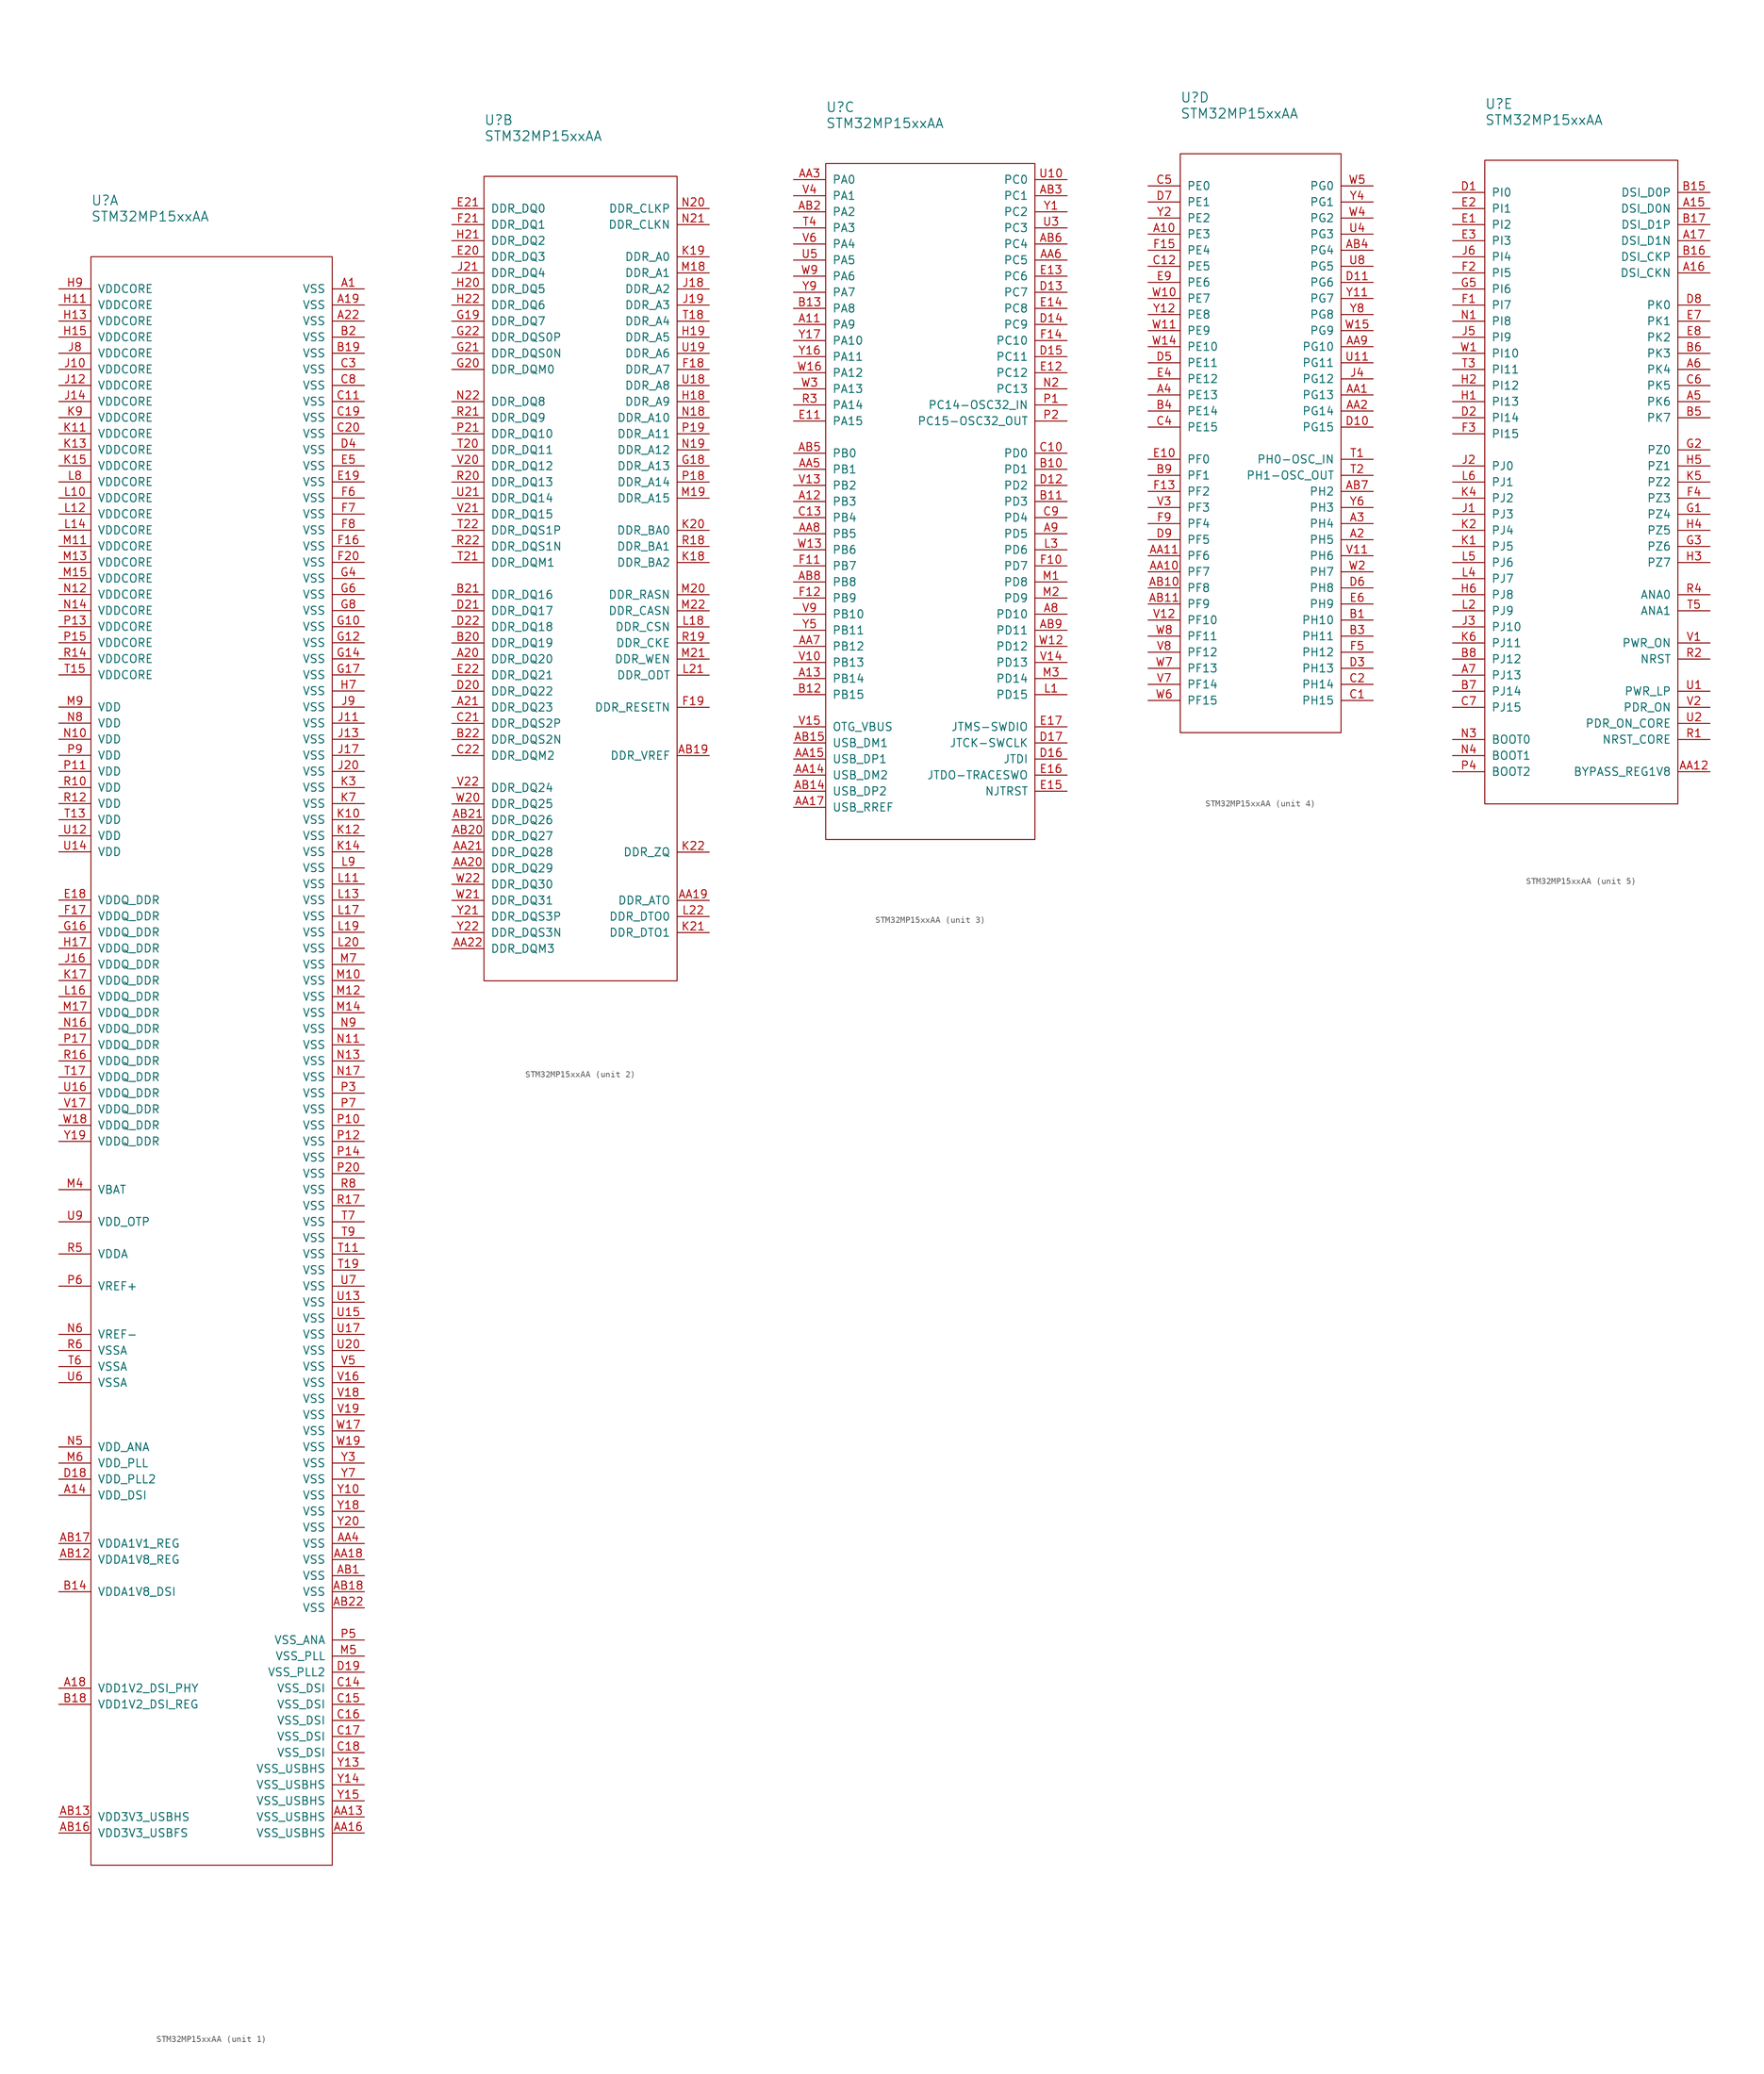
<source format=kicad_sym>
(kicad_symbol_lib
  (version 20211014)
  (generator kicad_symbol_editor)
  (symbol "STM32MP15xxAA"
    (pin_names
      (offset 1.016))
    (property "Reference" "U"
      (at 0 8.89 0)
      (effects (font (size 1.524 1.524)) (justify left)))
    (property "Value" "STM32MP15xxAA"
      (at 0 6.35 0)
      (effects (font (size 1.524 1.524)) (justify left)))
    (property "ki_locked" ""
      (at 0 0 0)
      (effects (font (size 1.27 1.27))))
    (symbol "STM32MP15xxAA_1_1"
      (rectangle (start 0 0) (end 38.1 -254) (stroke (width 0.152) (type default) (color 0 0 0 0)) (fill (type none)))
      (pin passive line (at 43.18 -5.08 180) (length 5.08) (name "VSS" (effects (font (size 1.27 1.27)))) (number "A1" (effects (font (size 1.27 1.27)))))
      (pin passive line (at -5.08 -195.58 0) (length 5.08) (name "VDD_DSI" (effects (font (size 1.27 1.27)))) (number "A14" (effects (font (size 1.27 1.27)))))
      (pin passive line (at -5.08 -226.06 0) (length 5.08) (name "VDD1V2_DSI_PHY" (effects (font (size 1.27 1.27)))) (number "A18" (effects (font (size 1.27 1.27)))))
      (pin passive line (at 43.18 -7.62 180) (length 5.08) (name "VSS" (effects (font (size 1.27 1.27)))) (number "A19" (effects (font (size 1.27 1.27)))))
      (pin passive line (at 43.18 -10.16 180) (length 5.08) (name "VSS" (effects (font (size 1.27 1.27)))) (number "A22" (effects (font (size 1.27 1.27)))))
      (pin passive line (at 43.18 -246.38 180) (length 5.08) (name "VSS_USBHS" (effects (font (size 1.27 1.27)))) (number "AA13" (effects (font (size 1.27 1.27)))))
      (pin passive line (at 43.18 -248.92 180) (length 5.08) (name "VSS_USBHS" (effects (font (size 1.27 1.27)))) (number "AA16" (effects (font (size 1.27 1.27)))))
      (pin passive line (at 43.18 -205.74 180) (length 5.08) (name "VSS" (effects (font (size 1.27 1.27)))) (number "AA18" (effects (font (size 1.27 1.27)))))
      (pin passive line (at 43.18 -203.2 180) (length 5.08) (name "VSS" (effects (font (size 1.27 1.27)))) (number "AA4" (effects (font (size 1.27 1.27)))))
      (pin passive line (at 43.18 -208.28 180) (length 5.08) (name "VSS" (effects (font (size 1.27 1.27)))) (number "AB1" (effects (font (size 1.27 1.27)))))
      (pin passive line (at -5.08 -205.74 0) (length 5.08) (name "VDDA1V8_REG" (effects (font (size 1.27 1.27)))) (number "AB12" (effects (font (size 1.27 1.27)))))
      (pin passive line (at -5.08 -246.38 0) (length 5.08) (name "VDD3V3_USBHS" (effects (font (size 1.27 1.27)))) (number "AB13" (effects (font (size 1.27 1.27)))))
      (pin passive line (at -5.08 -248.92 0) (length 5.08) (name "VDD3V3_USBFS" (effects (font (size 1.27 1.27)))) (number "AB16" (effects (font (size 1.27 1.27)))))
      (pin passive line (at -5.08 -203.2 0) (length 5.08) (name "VDDA1V1_REG" (effects (font (size 1.27 1.27)))) (number "AB17" (effects (font (size 1.27 1.27)))))
      (pin passive line (at 43.18 -210.82 180) (length 5.08) (name "VSS" (effects (font (size 1.27 1.27)))) (number "AB18" (effects (font (size 1.27 1.27)))))
      (pin passive line (at 43.18 -213.36 180) (length 5.08) (name "VSS" (effects (font (size 1.27 1.27)))) (number "AB22" (effects (font (size 1.27 1.27)))))
      (pin passive line (at -5.08 -210.82 0) (length 5.08) (name "VDDA1V8_DSI" (effects (font (size 1.27 1.27)))) (number "B14" (effects (font (size 1.27 1.27)))))
      (pin passive line (at -5.08 -228.6 0) (length 5.08) (name "VDD1V2_DSI_REG" (effects (font (size 1.27 1.27)))) (number "B18" (effects (font (size 1.27 1.27)))))
      (pin passive line (at 43.18 -15.24 180) (length 5.08) (name "VSS" (effects (font (size 1.27 1.27)))) (number "B19" (effects (font (size 1.27 1.27)))))
      (pin passive line (at 43.18 -12.7 180) (length 5.08) (name "VSS" (effects (font (size 1.27 1.27)))) (number "B2" (effects (font (size 1.27 1.27)))))
      (pin passive line (at 43.18 -22.86 180) (length 5.08) (name "VSS" (effects (font (size 1.27 1.27)))) (number "C11" (effects (font (size 1.27 1.27)))))
      (pin passive line (at 43.18 -226.06 180) (length 5.08) (name "VSS_DSI" (effects (font (size 1.27 1.27)))) (number "C14" (effects (font (size 1.27 1.27)))))
      (pin passive line (at 43.18 -228.6 180) (length 5.08) (name "VSS_DSI" (effects (font (size 1.27 1.27)))) (number "C15" (effects (font (size 1.27 1.27)))))
      (pin passive line (at 43.18 -231.14 180) (length 5.08) (name "VSS_DSI" (effects (font (size 1.27 1.27)))) (number "C16" (effects (font (size 1.27 1.27)))))
      (pin passive line (at 43.18 -233.68 180) (length 5.08) (name "VSS_DSI" (effects (font (size 1.27 1.27)))) (number "C17" (effects (font (size 1.27 1.27)))))
      (pin passive line (at 43.18 -236.22 180) (length 5.08) (name "VSS_DSI" (effects (font (size 1.27 1.27)))) (number "C18" (effects (font (size 1.27 1.27)))))
      (pin passive line (at 43.18 -25.4 180) (length 5.08) (name "VSS" (effects (font (size 1.27 1.27)))) (number "C19" (effects (font (size 1.27 1.27)))))
      (pin passive line (at 43.18 -27.94 180) (length 5.08) (name "VSS" (effects (font (size 1.27 1.27)))) (number "C20" (effects (font (size 1.27 1.27)))))
      (pin passive line (at 43.18 -17.78 180) (length 5.08) (name "VSS" (effects (font (size 1.27 1.27)))) (number "C3" (effects (font (size 1.27 1.27)))))
      (pin passive line (at 43.18 -20.32 180) (length 5.08) (name "VSS" (effects (font (size 1.27 1.27)))) (number "C8" (effects (font (size 1.27 1.27)))))
      (pin passive line (at -5.08 -193.04 0) (length 5.08) (name "VDD_PLL2" (effects (font (size 1.27 1.27)))) (number "D18" (effects (font (size 1.27 1.27)))))
      (pin passive line (at 43.18 -223.52 180) (length 5.08) (name "VSS_PLL2" (effects (font (size 1.27 1.27)))) (number "D19" (effects (font (size 1.27 1.27)))))
      (pin passive line (at 43.18 -30.48 180) (length 5.08) (name "VSS" (effects (font (size 1.27 1.27)))) (number "D4" (effects (font (size 1.27 1.27)))))
      (pin passive line (at -5.08 -101.6 0) (length 5.08) (name "VDDQ_DDR" (effects (font (size 1.27 1.27)))) (number "E18" (effects (font (size 1.27 1.27)))))
      (pin passive line (at 43.18 -35.56 180) (length 5.08) (name "VSS" (effects (font (size 1.27 1.27)))) (number "E19" (effects (font (size 1.27 1.27)))))
      (pin passive line (at 43.18 -33.02 180) (length 5.08) (name "VSS" (effects (font (size 1.27 1.27)))) (number "E5" (effects (font (size 1.27 1.27)))))
      (pin passive line (at 43.18 -45.72 180) (length 5.08) (name "VSS" (effects (font (size 1.27 1.27)))) (number "F16" (effects (font (size 1.27 1.27)))))
      (pin passive line (at -5.08 -104.14 0) (length 5.08) (name "VDDQ_DDR" (effects (font (size 1.27 1.27)))) (number "F17" (effects (font (size 1.27 1.27)))))
      (pin passive line (at 43.18 -48.26 180) (length 5.08) (name "VSS" (effects (font (size 1.27 1.27)))) (number "F20" (effects (font (size 1.27 1.27)))))
      (pin passive line (at 43.18 -38.1 180) (length 5.08) (name "VSS" (effects (font (size 1.27 1.27)))) (number "F6" (effects (font (size 1.27 1.27)))))
      (pin passive line (at 43.18 -40.64 180) (length 5.08) (name "VSS" (effects (font (size 1.27 1.27)))) (number "F7" (effects (font (size 1.27 1.27)))))
      (pin passive line (at 43.18 -43.18 180) (length 5.08) (name "VSS" (effects (font (size 1.27 1.27)))) (number "F8" (effects (font (size 1.27 1.27)))))
      (pin passive line (at 43.18 -58.42 180) (length 5.08) (name "VSS" (effects (font (size 1.27 1.27)))) (number "G10" (effects (font (size 1.27 1.27)))))
      (pin passive line (at 43.18 -60.96 180) (length 5.08) (name "VSS" (effects (font (size 1.27 1.27)))) (number "G12" (effects (font (size 1.27 1.27)))))
      (pin passive line (at 43.18 -63.5 180) (length 5.08) (name "VSS" (effects (font (size 1.27 1.27)))) (number "G14" (effects (font (size 1.27 1.27)))))
      (pin passive line (at -5.08 -106.68 0) (length 5.08) (name "VDDQ_DDR" (effects (font (size 1.27 1.27)))) (number "G16" (effects (font (size 1.27 1.27)))))
      (pin passive line (at 43.18 -66.04 180) (length 5.08) (name "VSS" (effects (font (size 1.27 1.27)))) (number "G17" (effects (font (size 1.27 1.27)))))
      (pin passive line (at 43.18 -50.8 180) (length 5.08) (name "VSS" (effects (font (size 1.27 1.27)))) (number "G4" (effects (font (size 1.27 1.27)))))
      (pin passive line (at 43.18 -53.34 180) (length 5.08) (name "VSS" (effects (font (size 1.27 1.27)))) (number "G6" (effects (font (size 1.27 1.27)))))
      (pin passive line (at 43.18 -55.88 180) (length 5.08) (name "VSS" (effects (font (size 1.27 1.27)))) (number "G8" (effects (font (size 1.27 1.27)))))
      (pin passive line (at -5.08 -7.62 0) (length 5.08) (name "VDDCORE" (effects (font (size 1.27 1.27)))) (number "H11" (effects (font (size 1.27 1.27)))))
      (pin passive line (at -5.08 -10.16 0) (length 5.08) (name "VDDCORE" (effects (font (size 1.27 1.27)))) (number "H13" (effects (font (size 1.27 1.27)))))
      (pin passive line (at -5.08 -12.7 0) (length 5.08) (name "VDDCORE" (effects (font (size 1.27 1.27)))) (number "H15" (effects (font (size 1.27 1.27)))))
      (pin passive line (at -5.08 -109.22 0) (length 5.08) (name "VDDQ_DDR" (effects (font (size 1.27 1.27)))) (number "H17" (effects (font (size 1.27 1.27)))))
      (pin passive line (at 43.18 -68.58 180) (length 5.08) (name "VSS" (effects (font (size 1.27 1.27)))) (number "H7" (effects (font (size 1.27 1.27)))))
      (pin passive line (at -5.08 -5.08 0) (length 5.08) (name "VDDCORE" (effects (font (size 1.27 1.27)))) (number "H9" (effects (font (size 1.27 1.27)))))
      (pin passive line (at -5.08 -17.78 0) (length 5.08) (name "VDDCORE" (effects (font (size 1.27 1.27)))) (number "J10" (effects (font (size 1.27 1.27)))))
      (pin passive line (at 43.18 -73.66 180) (length 5.08) (name "VSS" (effects (font (size 1.27 1.27)))) (number "J11" (effects (font (size 1.27 1.27)))))
      (pin passive line (at -5.08 -20.32 0) (length 5.08) (name "VDDCORE" (effects (font (size 1.27 1.27)))) (number "J12" (effects (font (size 1.27 1.27)))))
      (pin passive line (at 43.18 -76.2 180) (length 5.08) (name "VSS" (effects (font (size 1.27 1.27)))) (number "J13" (effects (font (size 1.27 1.27)))))
      (pin passive line (at -5.08 -22.86 0) (length 5.08) (name "VDDCORE" (effects (font (size 1.27 1.27)))) (number "J14" (effects (font (size 1.27 1.27)))))
      (pin passive line (at -5.08 -111.76 0) (length 5.08) (name "VDDQ_DDR" (effects (font (size 1.27 1.27)))) (number "J16" (effects (font (size 1.27 1.27)))))
      (pin passive line (at 43.18 -78.74 180) (length 5.08) (name "VSS" (effects (font (size 1.27 1.27)))) (number "J17" (effects (font (size 1.27 1.27)))))
      (pin passive line (at 43.18 -81.28 180) (length 5.08) (name "VSS" (effects (font (size 1.27 1.27)))) (number "J20" (effects (font (size 1.27 1.27)))))
      (pin passive line (at -5.08 -15.24 0) (length 5.08) (name "VDDCORE" (effects (font (size 1.27 1.27)))) (number "J8" (effects (font (size 1.27 1.27)))))
      (pin passive line (at 43.18 -71.12 180) (length 5.08) (name "VSS" (effects (font (size 1.27 1.27)))) (number "J9" (effects (font (size 1.27 1.27)))))
      (pin passive line (at 43.18 -88.9 180) (length 5.08) (name "VSS" (effects (font (size 1.27 1.27)))) (number "K10" (effects (font (size 1.27 1.27)))))
      (pin passive line (at -5.08 -27.94 0) (length 5.08) (name "VDDCORE" (effects (font (size 1.27 1.27)))) (number "K11" (effects (font (size 1.27 1.27)))))
      (pin passive line (at 43.18 -91.44 180) (length 5.08) (name "VSS" (effects (font (size 1.27 1.27)))) (number "K12" (effects (font (size 1.27 1.27)))))
      (pin passive line (at -5.08 -30.48 0) (length 5.08) (name "VDDCORE" (effects (font (size 1.27 1.27)))) (number "K13" (effects (font (size 1.27 1.27)))))
      (pin passive line (at 43.18 -93.98 180) (length 5.08) (name "VSS" (effects (font (size 1.27 1.27)))) (number "K14" (effects (font (size 1.27 1.27)))))
      (pin passive line (at -5.08 -33.02 0) (length 5.08) (name "VDDCORE" (effects (font (size 1.27 1.27)))) (number "K15" (effects (font (size 1.27 1.27)))))
      (pin passive line (at -5.08 -114.3 0) (length 5.08) (name "VDDQ_DDR" (effects (font (size 1.27 1.27)))) (number "K17" (effects (font (size 1.27 1.27)))))
      (pin passive line (at 43.18 -83.82 180) (length 5.08) (name "VSS" (effects (font (size 1.27 1.27)))) (number "K3" (effects (font (size 1.27 1.27)))))
      (pin passive line (at 43.18 -86.36 180) (length 5.08) (name "VSS" (effects (font (size 1.27 1.27)))) (number "K7" (effects (font (size 1.27 1.27)))))
      (pin passive line (at -5.08 -25.4 0) (length 5.08) (name "VDDCORE" (effects (font (size 1.27 1.27)))) (number "K9" (effects (font (size 1.27 1.27)))))
      (pin passive line (at -5.08 -38.1 0) (length 5.08) (name "VDDCORE" (effects (font (size 1.27 1.27)))) (number "L10" (effects (font (size 1.27 1.27)))))
      (pin passive line (at 43.18 -99.06 180) (length 5.08) (name "VSS" (effects (font (size 1.27 1.27)))) (number "L11" (effects (font (size 1.27 1.27)))))
      (pin passive line (at -5.08 -40.64 0) (length 5.08) (name "VDDCORE" (effects (font (size 1.27 1.27)))) (number "L12" (effects (font (size 1.27 1.27)))))
      (pin passive line (at 43.18 -101.6 180) (length 5.08) (name "VSS" (effects (font (size 1.27 1.27)))) (number "L13" (effects (font (size 1.27 1.27)))))
      (pin passive line (at -5.08 -43.18 0) (length 5.08) (name "VDDCORE" (effects (font (size 1.27 1.27)))) (number "L14" (effects (font (size 1.27 1.27)))))
      (pin passive line (at -5.08 -116.84 0) (length 5.08) (name "VDDQ_DDR" (effects (font (size 1.27 1.27)))) (number "L16" (effects (font (size 1.27 1.27)))))
      (pin passive line (at 43.18 -104.14 180) (length 5.08) (name "VSS" (effects (font (size 1.27 1.27)))) (number "L17" (effects (font (size 1.27 1.27)))))
      (pin passive line (at 43.18 -106.68 180) (length 5.08) (name "VSS" (effects (font (size 1.27 1.27)))) (number "L19" (effects (font (size 1.27 1.27)))))
      (pin passive line (at 43.18 -109.22 180) (length 5.08) (name "VSS" (effects (font (size 1.27 1.27)))) (number "L20" (effects (font (size 1.27 1.27)))))
      (pin passive line (at -5.08 -35.56 0) (length 5.08) (name "VDDCORE" (effects (font (size 1.27 1.27)))) (number "L8" (effects (font (size 1.27 1.27)))))
      (pin passive line (at 43.18 -96.52 180) (length 5.08) (name "VSS" (effects (font (size 1.27 1.27)))) (number "L9" (effects (font (size 1.27 1.27)))))
      (pin passive line (at 43.18 -114.3 180) (length 5.08) (name "VSS" (effects (font (size 1.27 1.27)))) (number "M10" (effects (font (size 1.27 1.27)))))
      (pin passive line (at -5.08 -45.72 0) (length 5.08) (name "VDDCORE" (effects (font (size 1.27 1.27)))) (number "M11" (effects (font (size 1.27 1.27)))))
      (pin passive line (at 43.18 -116.84 180) (length 5.08) (name "VSS" (effects (font (size 1.27 1.27)))) (number "M12" (effects (font (size 1.27 1.27)))))
      (pin passive line (at -5.08 -48.26 0) (length 5.08) (name "VDDCORE" (effects (font (size 1.27 1.27)))) (number "M13" (effects (font (size 1.27 1.27)))))
      (pin passive line (at 43.18 -119.38 180) (length 5.08) (name "VSS" (effects (font (size 1.27 1.27)))) (number "M14" (effects (font (size 1.27 1.27)))))
      (pin passive line (at -5.08 -50.8 0) (length 5.08) (name "VDDCORE" (effects (font (size 1.27 1.27)))) (number "M15" (effects (font (size 1.27 1.27)))))
      (pin passive line (at -5.08 -119.38 0) (length 5.08) (name "VDDQ_DDR" (effects (font (size 1.27 1.27)))) (number "M17" (effects (font (size 1.27 1.27)))))
      (pin passive line (at -5.08 -147.32 0) (length 5.08) (name "VBAT" (effects (font (size 1.27 1.27)))) (number "M4" (effects (font (size 1.27 1.27)))))
      (pin passive line (at 43.18 -220.98 180) (length 5.08) (name "VSS_PLL" (effects (font (size 1.27 1.27)))) (number "M5" (effects (font (size 1.27 1.27)))))
      (pin passive line (at -5.08 -190.5 0) (length 5.08) (name "VDD_PLL" (effects (font (size 1.27 1.27)))) (number "M6" (effects (font (size 1.27 1.27)))))
      (pin passive line (at 43.18 -111.76 180) (length 5.08) (name "VSS" (effects (font (size 1.27 1.27)))) (number "M7" (effects (font (size 1.27 1.27)))))
      (pin passive line (at -5.08 -71.12 0) (length 5.08) (name "VDD" (effects (font (size 1.27 1.27)))) (number "M9" (effects (font (size 1.27 1.27)))))
      (pin passive line (at -5.08 -76.2 0) (length 5.08) (name "VDD" (effects (font (size 1.27 1.27)))) (number "N10" (effects (font (size 1.27 1.27)))))
      (pin passive line (at 43.18 -124.46 180) (length 5.08) (name "VSS" (effects (font (size 1.27 1.27)))) (number "N11" (effects (font (size 1.27 1.27)))))
      (pin passive line (at -5.08 -53.34 0) (length 5.08) (name "VDDCORE" (effects (font (size 1.27 1.27)))) (number "N12" (effects (font (size 1.27 1.27)))))
      (pin passive line (at 43.18 -127 180) (length 5.08) (name "VSS" (effects (font (size 1.27 1.27)))) (number "N13" (effects (font (size 1.27 1.27)))))
      (pin passive line (at -5.08 -55.88 0) (length 5.08) (name "VDDCORE" (effects (font (size 1.27 1.27)))) (number "N14" (effects (font (size 1.27 1.27)))))
      (pin passive line (at -5.08 -121.92 0) (length 5.08) (name "VDDQ_DDR" (effects (font (size 1.27 1.27)))) (number "N16" (effects (font (size 1.27 1.27)))))
      (pin passive line (at 43.18 -129.54 180) (length 5.08) (name "VSS" (effects (font (size 1.27 1.27)))) (number "N17" (effects (font (size 1.27 1.27)))))
      (pin passive line (at -5.08 -187.96 0) (length 5.08) (name "VDD_ANA" (effects (font (size 1.27 1.27)))) (number "N5" (effects (font (size 1.27 1.27)))))
      (pin passive line (at -5.08 -170.18 0) (length 5.08) (name "VREF-" (effects (font (size 1.27 1.27)))) (number "N6" (effects (font (size 1.27 1.27)))))
      (pin passive line (at -5.08 -73.66 0) (length 5.08) (name "VDD" (effects (font (size 1.27 1.27)))) (number "N8" (effects (font (size 1.27 1.27)))))
      (pin passive line (at 43.18 -121.92 180) (length 5.08) (name "VSS" (effects (font (size 1.27 1.27)))) (number "N9" (effects (font (size 1.27 1.27)))))
      (pin passive line (at 43.18 -137.16 180) (length 5.08) (name "VSS" (effects (font (size 1.27 1.27)))) (number "P10" (effects (font (size 1.27 1.27)))))
      (pin passive line (at -5.08 -81.28 0) (length 5.08) (name "VDD" (effects (font (size 1.27 1.27)))) (number "P11" (effects (font (size 1.27 1.27)))))
      (pin passive line (at 43.18 -139.7 180) (length 5.08) (name "VSS" (effects (font (size 1.27 1.27)))) (number "P12" (effects (font (size 1.27 1.27)))))
      (pin passive line (at -5.08 -58.42 0) (length 5.08) (name "VDDCORE" (effects (font (size 1.27 1.27)))) (number "P13" (effects (font (size 1.27 1.27)))))
      (pin passive line (at 43.18 -142.24 180) (length 5.08) (name "VSS" (effects (font (size 1.27 1.27)))) (number "P14" (effects (font (size 1.27 1.27)))))
      (pin passive line (at -5.08 -60.96 0) (length 5.08) (name "VDDCORE" (effects (font (size 1.27 1.27)))) (number "P15" (effects (font (size 1.27 1.27)))))
      (pin passive line (at -5.08 -124.46 0) (length 5.08) (name "VDDQ_DDR" (effects (font (size 1.27 1.27)))) (number "P17" (effects (font (size 1.27 1.27)))))
      (pin passive line (at 43.18 -144.78 180) (length 5.08) (name "VSS" (effects (font (size 1.27 1.27)))) (number "P20" (effects (font (size 1.27 1.27)))))
      (pin passive line (at 43.18 -132.08 180) (length 5.08) (name "VSS" (effects (font (size 1.27 1.27)))) (number "P3" (effects (font (size 1.27 1.27)))))
      (pin passive line (at 43.18 -218.44 180) (length 5.08) (name "VSS_ANA" (effects (font (size 1.27 1.27)))) (number "P5" (effects (font (size 1.27 1.27)))))
      (pin passive line (at -5.08 -162.56 0) (length 5.08) (name "VREF+" (effects (font (size 1.27 1.27)))) (number "P6" (effects (font (size 1.27 1.27)))))
      (pin passive line (at 43.18 -134.62 180) (length 5.08) (name "VSS" (effects (font (size 1.27 1.27)))) (number "P7" (effects (font (size 1.27 1.27)))))
      (pin passive line (at -5.08 -78.74 0) (length 5.08) (name "VDD" (effects (font (size 1.27 1.27)))) (number "P9" (effects (font (size 1.27 1.27)))))
      (pin passive line (at -5.08 -83.82 0) (length 5.08) (name "VDD" (effects (font (size 1.27 1.27)))) (number "R10" (effects (font (size 1.27 1.27)))))
      (pin passive line (at -5.08 -86.36 0) (length 5.08) (name "VDD" (effects (font (size 1.27 1.27)))) (number "R12" (effects (font (size 1.27 1.27)))))
      (pin passive line (at -5.08 -63.5 0) (length 5.08) (name "VDDCORE" (effects (font (size 1.27 1.27)))) (number "R14" (effects (font (size 1.27 1.27)))))
      (pin passive line (at -5.08 -127 0) (length 5.08) (name "VDDQ_DDR" (effects (font (size 1.27 1.27)))) (number "R16" (effects (font (size 1.27 1.27)))))
      (pin passive line (at 43.18 -149.86 180) (length 5.08) (name "VSS" (effects (font (size 1.27 1.27)))) (number "R17" (effects (font (size 1.27 1.27)))))
      (pin passive line (at -5.08 -157.48 0) (length 5.08) (name "VDDA" (effects (font (size 1.27 1.27)))) (number "R5" (effects (font (size 1.27 1.27)))))
      (pin passive line (at -5.08 -172.72 0) (length 5.08) (name "VSSA" (effects (font (size 1.27 1.27)))) (number "R6" (effects (font (size 1.27 1.27)))))
      (pin passive line (at 43.18 -147.32 180) (length 5.08) (name "VSS" (effects (font (size 1.27 1.27)))) (number "R8" (effects (font (size 1.27 1.27)))))
      (pin passive line (at 43.18 -157.48 180) (length 5.08) (name "VSS" (effects (font (size 1.27 1.27)))) (number "T11" (effects (font (size 1.27 1.27)))))
      (pin passive line (at -5.08 -88.9 0) (length 5.08) (name "VDD" (effects (font (size 1.27 1.27)))) (number "T13" (effects (font (size 1.27 1.27)))))
      (pin passive line (at -5.08 -66.04 0) (length 5.08) (name "VDDCORE" (effects (font (size 1.27 1.27)))) (number "T15" (effects (font (size 1.27 1.27)))))
      (pin passive line (at -5.08 -129.54 0) (length 5.08) (name "VDDQ_DDR" (effects (font (size 1.27 1.27)))) (number "T17" (effects (font (size 1.27 1.27)))))
      (pin passive line (at 43.18 -160.02 180) (length 5.08) (name "VSS" (effects (font (size 1.27 1.27)))) (number "T19" (effects (font (size 1.27 1.27)))))
      (pin passive line (at -5.08 -175.26 0) (length 5.08) (name "VSSA" (effects (font (size 1.27 1.27)))) (number "T6" (effects (font (size 1.27 1.27)))))
      (pin passive line (at 43.18 -152.4 180) (length 5.08) (name "VSS" (effects (font (size 1.27 1.27)))) (number "T7" (effects (font (size 1.27 1.27)))))
      (pin passive line (at 43.18 -154.94 180) (length 5.08) (name "VSS" (effects (font (size 1.27 1.27)))) (number "T9" (effects (font (size 1.27 1.27)))))
      (pin passive line (at -5.08 -91.44 0) (length 5.08) (name "VDD" (effects (font (size 1.27 1.27)))) (number "U12" (effects (font (size 1.27 1.27)))))
      (pin passive line (at 43.18 -165.1 180) (length 5.08) (name "VSS" (effects (font (size 1.27 1.27)))) (number "U13" (effects (font (size 1.27 1.27)))))
      (pin passive line (at -5.08 -93.98 0) (length 5.08) (name "VDD" (effects (font (size 1.27 1.27)))) (number "U14" (effects (font (size 1.27 1.27)))))
      (pin passive line (at 43.18 -167.64 180) (length 5.08) (name "VSS" (effects (font (size 1.27 1.27)))) (number "U15" (effects (font (size 1.27 1.27)))))
      (pin passive line (at -5.08 -132.08 0) (length 5.08) (name "VDDQ_DDR" (effects (font (size 1.27 1.27)))) (number "U16" (effects (font (size 1.27 1.27)))))
      (pin passive line (at 43.18 -170.18 180) (length 5.08) (name "VSS" (effects (font (size 1.27 1.27)))) (number "U17" (effects (font (size 1.27 1.27)))))
      (pin passive line (at 43.18 -172.72 180) (length 5.08) (name "VSS" (effects (font (size 1.27 1.27)))) (number "U20" (effects (font (size 1.27 1.27)))))
      (pin passive line (at -5.08 -177.8 0) (length 5.08) (name "VSSA" (effects (font (size 1.27 1.27)))) (number "U6" (effects (font (size 1.27 1.27)))))
      (pin passive line (at 43.18 -162.56 180) (length 5.08) (name "VSS" (effects (font (size 1.27 1.27)))) (number "U7" (effects (font (size 1.27 1.27)))))
      (pin passive line (at -5.08 -152.4 0) (length 5.08) (name "VDD_OTP" (effects (font (size 1.27 1.27)))) (number "U9" (effects (font (size 1.27 1.27)))))
      (pin passive line (at 43.18 -177.8 180) (length 5.08) (name "VSS" (effects (font (size 1.27 1.27)))) (number "V16" (effects (font (size 1.27 1.27)))))
      (pin passive line (at -5.08 -134.62 0) (length 5.08) (name "VDDQ_DDR" (effects (font (size 1.27 1.27)))) (number "V17" (effects (font (size 1.27 1.27)))))
      (pin passive line (at 43.18 -180.34 180) (length 5.08) (name "VSS" (effects (font (size 1.27 1.27)))) (number "V18" (effects (font (size 1.27 1.27)))))
      (pin passive line (at 43.18 -182.88 180) (length 5.08) (name "VSS" (effects (font (size 1.27 1.27)))) (number "V19" (effects (font (size 1.27 1.27)))))
      (pin passive line (at 43.18 -175.26 180) (length 5.08) (name "VSS" (effects (font (size 1.27 1.27)))) (number "V5" (effects (font (size 1.27 1.27)))))
      (pin passive line (at 43.18 -185.42 180) (length 5.08) (name "VSS" (effects (font (size 1.27 1.27)))) (number "W17" (effects (font (size 1.27 1.27)))))
      (pin passive line (at -5.08 -137.16 0) (length 5.08) (name "VDDQ_DDR" (effects (font (size 1.27 1.27)))) (number "W18" (effects (font (size 1.27 1.27)))))
      (pin passive line (at 43.18 -187.96 180) (length 5.08) (name "VSS" (effects (font (size 1.27 1.27)))) (number "W19" (effects (font (size 1.27 1.27)))))
      (pin passive line (at 43.18 -195.58 180) (length 5.08) (name "VSS" (effects (font (size 1.27 1.27)))) (number "Y10" (effects (font (size 1.27 1.27)))))
      (pin passive line (at 43.18 -238.76 180) (length 5.08) (name "VSS_USBHS" (effects (font (size 1.27 1.27)))) (number "Y13" (effects (font (size 1.27 1.27)))))
      (pin passive line (at 43.18 -241.3 180) (length 5.08) (name "VSS_USBHS" (effects (font (size 1.27 1.27)))) (number "Y14" (effects (font (size 1.27 1.27)))))
      (pin passive line (at 43.18 -243.84 180) (length 5.08) (name "VSS_USBHS" (effects (font (size 1.27 1.27)))) (number "Y15" (effects (font (size 1.27 1.27)))))
      (pin passive line (at 43.18 -198.12 180) (length 5.08) (name "VSS" (effects (font (size 1.27 1.27)))) (number "Y18" (effects (font (size 1.27 1.27)))))
      (pin passive line (at -5.08 -139.7 0) (length 5.08) (name "VDDQ_DDR" (effects (font (size 1.27 1.27)))) (number "Y19" (effects (font (size 1.27 1.27)))))
      (pin passive line (at 43.18 -200.66 180) (length 5.08) (name "VSS" (effects (font (size 1.27 1.27)))) (number "Y20" (effects (font (size 1.27 1.27)))))
      (pin passive line (at 43.18 -190.5 180) (length 5.08) (name "VSS" (effects (font (size 1.27 1.27)))) (number "Y3" (effects (font (size 1.27 1.27)))))
      (pin passive line (at 43.18 -193.04 180) (length 5.08) (name "VSS" (effects (font (size 1.27 1.27)))) (number "Y7" (effects (font (size 1.27 1.27))))))
    (symbol "STM32MP15xxAA_2_1"
      (rectangle (start 0 0) (end 30.48 -127) (stroke (width 0.152) (type default) (color 0 0 0 0)) (fill (type none)))
      (pin passive line (at -5.08 -76.2 0) (length 5.08) (name "DDR_DQ20" (effects (font (size 1.27 1.27)))) (number "A20" (effects (font (size 1.27 1.27)))))
      (pin passive line (at -5.08 -83.82 0) (length 5.08) (name "DDR_DQ23" (effects (font (size 1.27 1.27)))) (number "A21" (effects (font (size 1.27 1.27)))))
      (pin passive line (at 35.56 -114.3 180) (length 5.08) (name "DDR_ATO" (effects (font (size 1.27 1.27)))) (number "AA19" (effects (font (size 1.27 1.27)))))
      (pin passive line (at -5.08 -109.22 0) (length 5.08) (name "DDR_DQ29" (effects (font (size 1.27 1.27)))) (number "AA20" (effects (font (size 1.27 1.27)))))
      (pin passive line (at -5.08 -106.68 0) (length 5.08) (name "DDR_DQ28" (effects (font (size 1.27 1.27)))) (number "AA21" (effects (font (size 1.27 1.27)))))
      (pin passive line (at -5.08 -121.92 0) (length 5.08) (name "DDR_DQM3" (effects (font (size 1.27 1.27)))) (number "AA22" (effects (font (size 1.27 1.27)))))
      (pin passive line (at 35.56 -91.44 180) (length 5.08) (name "DDR_VREF" (effects (font (size 1.27 1.27)))) (number "AB19" (effects (font (size 1.27 1.27)))))
      (pin passive line (at -5.08 -104.14 0) (length 5.08) (name "DDR_DQ27" (effects (font (size 1.27 1.27)))) (number "AB20" (effects (font (size 1.27 1.27)))))
      (pin passive line (at -5.08 -101.6 0) (length 5.08) (name "DDR_DQ26" (effects (font (size 1.27 1.27)))) (number "AB21" (effects (font (size 1.27 1.27)))))
      (pin passive line (at -5.08 -73.66 0) (length 5.08) (name "DDR_DQ19" (effects (font (size 1.27 1.27)))) (number "B20" (effects (font (size 1.27 1.27)))))
      (pin passive line (at -5.08 -66.04 0) (length 5.08) (name "DDR_DQ16" (effects (font (size 1.27 1.27)))) (number "B21" (effects (font (size 1.27 1.27)))))
      (pin passive line (at -5.08 -88.9 0) (length 5.08) (name "DDR_DQS2N" (effects (font (size 1.27 1.27)))) (number "B22" (effects (font (size 1.27 1.27)))))
      (pin passive line (at -5.08 -86.36 0) (length 5.08) (name "DDR_DQS2P" (effects (font (size 1.27 1.27)))) (number "C21" (effects (font (size 1.27 1.27)))))
      (pin passive line (at -5.08 -91.44 0) (length 5.08) (name "DDR_DQM2" (effects (font (size 1.27 1.27)))) (number "C22" (effects (font (size 1.27 1.27)))))
      (pin passive line (at -5.08 -81.28 0) (length 5.08) (name "DDR_DQ22" (effects (font (size 1.27 1.27)))) (number "D20" (effects (font (size 1.27 1.27)))))
      (pin passive line (at -5.08 -68.58 0) (length 5.08) (name "DDR_DQ17" (effects (font (size 1.27 1.27)))) (number "D21" (effects (font (size 1.27 1.27)))))
      (pin passive line (at -5.08 -71.12 0) (length 5.08) (name "DDR_DQ18" (effects (font (size 1.27 1.27)))) (number "D22" (effects (font (size 1.27 1.27)))))
      (pin passive line (at -5.08 -12.7 0) (length 5.08) (name "DDR_DQ3" (effects (font (size 1.27 1.27)))) (number "E20" (effects (font (size 1.27 1.27)))))
      (pin passive line (at -5.08 -5.08 0) (length 5.08) (name "DDR_DQ0" (effects (font (size 1.27 1.27)))) (number "E21" (effects (font (size 1.27 1.27)))))
      (pin passive line (at -5.08 -78.74 0) (length 5.08) (name "DDR_DQ21" (effects (font (size 1.27 1.27)))) (number "E22" (effects (font (size 1.27 1.27)))))
      (pin passive line (at 35.56 -30.48 180) (length 5.08) (name "DDR_A7" (effects (font (size 1.27 1.27)))) (number "F18" (effects (font (size 1.27 1.27)))))
      (pin passive line (at 35.56 -83.82 180) (length 5.08) (name "DDR_RESETN" (effects (font (size 1.27 1.27)))) (number "F19" (effects (font (size 1.27 1.27)))))
      (pin passive line (at -5.08 -7.62 0) (length 5.08) (name "DDR_DQ1" (effects (font (size 1.27 1.27)))) (number "F21" (effects (font (size 1.27 1.27)))))
      (pin passive line (at 35.56 -45.72 180) (length 5.08) (name "DDR_A13" (effects (font (size 1.27 1.27)))) (number "G18" (effects (font (size 1.27 1.27)))))
      (pin passive line (at -5.08 -22.86 0) (length 5.08) (name "DDR_DQ7" (effects (font (size 1.27 1.27)))) (number "G19" (effects (font (size 1.27 1.27)))))
      (pin passive line (at -5.08 -30.48 0) (length 5.08) (name "DDR_DQM0" (effects (font (size 1.27 1.27)))) (number "G20" (effects (font (size 1.27 1.27)))))
      (pin passive line (at -5.08 -27.94 0) (length 5.08) (name "DDR_DQS0N" (effects (font (size 1.27 1.27)))) (number "G21" (effects (font (size 1.27 1.27)))))
      (pin passive line (at -5.08 -25.4 0) (length 5.08) (name "DDR_DQS0P" (effects (font (size 1.27 1.27)))) (number "G22" (effects (font (size 1.27 1.27)))))
      (pin passive line (at 35.56 -35.56 180) (length 5.08) (name "DDR_A9" (effects (font (size 1.27 1.27)))) (number "H18" (effects (font (size 1.27 1.27)))))
      (pin passive line (at 35.56 -25.4 180) (length 5.08) (name "DDR_A5" (effects (font (size 1.27 1.27)))) (number "H19" (effects (font (size 1.27 1.27)))))
      (pin passive line (at -5.08 -17.78 0) (length 5.08) (name "DDR_DQ5" (effects (font (size 1.27 1.27)))) (number "H20" (effects (font (size 1.27 1.27)))))
      (pin passive line (at -5.08 -10.16 0) (length 5.08) (name "DDR_DQ2" (effects (font (size 1.27 1.27)))) (number "H21" (effects (font (size 1.27 1.27)))))
      (pin passive line (at -5.08 -20.32 0) (length 5.08) (name "DDR_DQ6" (effects (font (size 1.27 1.27)))) (number "H22" (effects (font (size 1.27 1.27)))))
      (pin passive line (at 35.56 -17.78 180) (length 5.08) (name "DDR_A2" (effects (font (size 1.27 1.27)))) (number "J18" (effects (font (size 1.27 1.27)))))
      (pin passive line (at 35.56 -20.32 180) (length 5.08) (name "DDR_A3" (effects (font (size 1.27 1.27)))) (number "J19" (effects (font (size 1.27 1.27)))))
      (pin passive line (at -5.08 -15.24 0) (length 5.08) (name "DDR_DQ4" (effects (font (size 1.27 1.27)))) (number "J21" (effects (font (size 1.27 1.27)))))
      (pin passive line (at 35.56 -60.96 180) (length 5.08) (name "DDR_BA2" (effects (font (size 1.27 1.27)))) (number "K18" (effects (font (size 1.27 1.27)))))
      (pin passive line (at 35.56 -12.7 180) (length 5.08) (name "DDR_A0" (effects (font (size 1.27 1.27)))) (number "K19" (effects (font (size 1.27 1.27)))))
      (pin passive line (at 35.56 -55.88 180) (length 5.08) (name "DDR_BA0" (effects (font (size 1.27 1.27)))) (number "K20" (effects (font (size 1.27 1.27)))))
      (pin passive line (at 35.56 -119.38 180) (length 5.08) (name "DDR_DTO1" (effects (font (size 1.27 1.27)))) (number "K21" (effects (font (size 1.27 1.27)))))
      (pin passive line (at 35.56 -106.68 180) (length 5.08) (name "DDR_ZQ" (effects (font (size 1.27 1.27)))) (number "K22" (effects (font (size 1.27 1.27)))))
      (pin passive line (at 35.56 -71.12 180) (length 5.08) (name "DDR_CSN" (effects (font (size 1.27 1.27)))) (number "L18" (effects (font (size 1.27 1.27)))))
      (pin passive line (at 35.56 -78.74 180) (length 5.08) (name "DDR_ODT" (effects (font (size 1.27 1.27)))) (number "L21" (effects (font (size 1.27 1.27)))))
      (pin passive line (at 35.56 -116.84 180) (length 5.08) (name "DDR_DTO0" (effects (font (size 1.27 1.27)))) (number "L22" (effects (font (size 1.27 1.27)))))
      (pin passive line (at 35.56 -15.24 180) (length 5.08) (name "DDR_A1" (effects (font (size 1.27 1.27)))) (number "M18" (effects (font (size 1.27 1.27)))))
      (pin passive line (at 35.56 -50.8 180) (length 5.08) (name "DDR_A15" (effects (font (size 1.27 1.27)))) (number "M19" (effects (font (size 1.27 1.27)))))
      (pin passive line (at 35.56 -66.04 180) (length 5.08) (name "DDR_RASN" (effects (font (size 1.27 1.27)))) (number "M20" (effects (font (size 1.27 1.27)))))
      (pin passive line (at 35.56 -76.2 180) (length 5.08) (name "DDR_WEN" (effects (font (size 1.27 1.27)))) (number "M21" (effects (font (size 1.27 1.27)))))
      (pin passive line (at 35.56 -68.58 180) (length 5.08) (name "DDR_CASN" (effects (font (size 1.27 1.27)))) (number "M22" (effects (font (size 1.27 1.27)))))
      (pin passive line (at 35.56 -38.1 180) (length 5.08) (name "DDR_A10" (effects (font (size 1.27 1.27)))) (number "N18" (effects (font (size 1.27 1.27)))))
      (pin passive line (at 35.56 -43.18 180) (length 5.08) (name "DDR_A12" (effects (font (size 1.27 1.27)))) (number "N19" (effects (font (size 1.27 1.27)))))
      (pin passive line (at 35.56 -5.08 180) (length 5.08) (name "DDR_CLKP" (effects (font (size 1.27 1.27)))) (number "N20" (effects (font (size 1.27 1.27)))))
      (pin passive line (at 35.56 -7.62 180) (length 5.08) (name "DDR_CLKN" (effects (font (size 1.27 1.27)))) (number "N21" (effects (font (size 1.27 1.27)))))
      (pin passive line (at -5.08 -35.56 0) (length 5.08) (name "DDR_DQ8" (effects (font (size 1.27 1.27)))) (number "N22" (effects (font (size 1.27 1.27)))))
      (pin passive line (at 35.56 -48.26 180) (length 5.08) (name "DDR_A14" (effects (font (size 1.27 1.27)))) (number "P18" (effects (font (size 1.27 1.27)))))
      (pin passive line (at 35.56 -40.64 180) (length 5.08) (name "DDR_A11" (effects (font (size 1.27 1.27)))) (number "P19" (effects (font (size 1.27 1.27)))))
      (pin passive line (at -5.08 -40.64 0) (length 5.08) (name "DDR_DQ10" (effects (font (size 1.27 1.27)))) (number "P21" (effects (font (size 1.27 1.27)))))
      (pin passive line (at 35.56 -58.42 180) (length 5.08) (name "DDR_BA1" (effects (font (size 1.27 1.27)))) (number "R18" (effects (font (size 1.27 1.27)))))
      (pin passive line (at 35.56 -73.66 180) (length 5.08) (name "DDR_CKE" (effects (font (size 1.27 1.27)))) (number "R19" (effects (font (size 1.27 1.27)))))
      (pin passive line (at -5.08 -48.26 0) (length 5.08) (name "DDR_DQ13" (effects (font (size 1.27 1.27)))) (number "R20" (effects (font (size 1.27 1.27)))))
      (pin passive line (at -5.08 -38.1 0) (length 5.08) (name "DDR_DQ9" (effects (font (size 1.27 1.27)))) (number "R21" (effects (font (size 1.27 1.27)))))
      (pin passive line (at -5.08 -58.42 0) (length 5.08) (name "DDR_DQS1N" (effects (font (size 1.27 1.27)))) (number "R22" (effects (font (size 1.27 1.27)))))
      (pin passive line (at 35.56 -22.86 180) (length 5.08) (name "DDR_A4" (effects (font (size 1.27 1.27)))) (number "T18" (effects (font (size 1.27 1.27)))))
      (pin passive line (at -5.08 -43.18 0) (length 5.08) (name "DDR_DQ11" (effects (font (size 1.27 1.27)))) (number "T20" (effects (font (size 1.27 1.27)))))
      (pin passive line (at -5.08 -60.96 0) (length 5.08) (name "DDR_DQM1" (effects (font (size 1.27 1.27)))) (number "T21" (effects (font (size 1.27 1.27)))))
      (pin passive line (at -5.08 -55.88 0) (length 5.08) (name "DDR_DQS1P" (effects (font (size 1.27 1.27)))) (number "T22" (effects (font (size 1.27 1.27)))))
      (pin passive line (at 35.56 -33.02 180) (length 5.08) (name "DDR_A8" (effects (font (size 1.27 1.27)))) (number "U18" (effects (font (size 1.27 1.27)))))
      (pin passive line (at 35.56 -27.94 180) (length 5.08) (name "DDR_A6" (effects (font (size 1.27 1.27)))) (number "U19" (effects (font (size 1.27 1.27)))))
      (pin passive line (at -5.08 -50.8 0) (length 5.08) (name "DDR_DQ14" (effects (font (size 1.27 1.27)))) (number "U21" (effects (font (size 1.27 1.27)))))
      (pin passive line (at -5.08 -45.72 0) (length 5.08) (name "DDR_DQ12" (effects (font (size 1.27 1.27)))) (number "V20" (effects (font (size 1.27 1.27)))))
      (pin passive line (at -5.08 -53.34 0) (length 5.08) (name "DDR_DQ15" (effects (font (size 1.27 1.27)))) (number "V21" (effects (font (size 1.27 1.27)))))
      (pin passive line (at -5.08 -96.52 0) (length 5.08) (name "DDR_DQ24" (effects (font (size 1.27 1.27)))) (number "V22" (effects (font (size 1.27 1.27)))))
      (pin passive line (at -5.08 -99.06 0) (length 5.08) (name "DDR_DQ25" (effects (font (size 1.27 1.27)))) (number "W20" (effects (font (size 1.27 1.27)))))
      (pin passive line (at -5.08 -114.3 0) (length 5.08) (name "DDR_DQ31" (effects (font (size 1.27 1.27)))) (number "W21" (effects (font (size 1.27 1.27)))))
      (pin passive line (at -5.08 -111.76 0) (length 5.08) (name "DDR_DQ30" (effects (font (size 1.27 1.27)))) (number "W22" (effects (font (size 1.27 1.27)))))
      (pin passive line (at -5.08 -116.84 0) (length 5.08) (name "DDR_DQS3P" (effects (font (size 1.27 1.27)))) (number "Y21" (effects (font (size 1.27 1.27)))))
      (pin passive line (at -5.08 -119.38 0) (length 5.08) (name "DDR_DQS3N" (effects (font (size 1.27 1.27)))) (number "Y22" (effects (font (size 1.27 1.27))))))
    (symbol "STM32MP15xxAA_3_1"
      (rectangle (start 0 0) (end 33.02 -106.68) (stroke (width 0.152) (type default) (color 0 0 0 0)) (fill (type none)))
      (pin passive line (at -5.08 -25.4 0) (length 5.08) (name "PA9" (effects (font (size 1.27 1.27)))) (number "A11" (effects (font (size 1.27 1.27)))))
      (pin passive line (at -5.08 -53.34 0) (length 5.08) (name "PB3" (effects (font (size 1.27 1.27)))) (number "A12" (effects (font (size 1.27 1.27)))))
      (pin passive line (at -5.08 -81.28 0) (length 5.08) (name "PB14" (effects (font (size 1.27 1.27)))) (number "A13" (effects (font (size 1.27 1.27)))))
      (pin passive line (at 38.1 -71.12 180) (length 5.08) (name "PD10" (effects (font (size 1.27 1.27)))) (number "A8" (effects (font (size 1.27 1.27)))))
      (pin passive line (at 38.1 -58.42 180) (length 5.08) (name "PD5" (effects (font (size 1.27 1.27)))) (number "A9" (effects (font (size 1.27 1.27)))))
      (pin passive line (at -5.08 -96.52 0) (length 5.08) (name "USB_DM2" (effects (font (size 1.27 1.27)))) (number "AA14" (effects (font (size 1.27 1.27)))))
      (pin passive line (at -5.08 -93.98 0) (length 5.08) (name "USB_DP1" (effects (font (size 1.27 1.27)))) (number "AA15" (effects (font (size 1.27 1.27)))))
      (pin passive line (at -5.08 -101.6 0) (length 5.08) (name "USB_RREF" (effects (font (size 1.27 1.27)))) (number "AA17" (effects (font (size 1.27 1.27)))))
      (pin passive line (at -5.08 -2.54 0) (length 5.08) (name "PA0" (effects (font (size 1.27 1.27)))) (number "AA3" (effects (font (size 1.27 1.27)))))
      (pin passive line (at -5.08 -48.26 0) (length 5.08) (name "PB1" (effects (font (size 1.27 1.27)))) (number "AA5" (effects (font (size 1.27 1.27)))))
      (pin passive line (at 38.1 -15.24 180) (length 5.08) (name "PC5" (effects (font (size 1.27 1.27)))) (number "AA6" (effects (font (size 1.27 1.27)))))
      (pin passive line (at -5.08 -76.2 0) (length 5.08) (name "PB12" (effects (font (size 1.27 1.27)))) (number "AA7" (effects (font (size 1.27 1.27)))))
      (pin passive line (at -5.08 -58.42 0) (length 5.08) (name "PB5" (effects (font (size 1.27 1.27)))) (number "AA8" (effects (font (size 1.27 1.27)))))
      (pin passive line (at -5.08 -99.06 0) (length 5.08) (name "USB_DP2" (effects (font (size 1.27 1.27)))) (number "AB14" (effects (font (size 1.27 1.27)))))
      (pin passive line (at -5.08 -91.44 0) (length 5.08) (name "USB_DM1" (effects (font (size 1.27 1.27)))) (number "AB15" (effects (font (size 1.27 1.27)))))
      (pin passive line (at -5.08 -7.62 0) (length 5.08) (name "PA2" (effects (font (size 1.27 1.27)))) (number "AB2" (effects (font (size 1.27 1.27)))))
      (pin passive line (at 38.1 -5.08 180) (length 5.08) (name "PC1" (effects (font (size 1.27 1.27)))) (number "AB3" (effects (font (size 1.27 1.27)))))
      (pin passive line (at -5.08 -45.72 0) (length 5.08) (name "PB0" (effects (font (size 1.27 1.27)))) (number "AB5" (effects (font (size 1.27 1.27)))))
      (pin passive line (at 38.1 -12.7 180) (length 5.08) (name "PC4" (effects (font (size 1.27 1.27)))) (number "AB6" (effects (font (size 1.27 1.27)))))
      (pin passive line (at -5.08 -66.04 0) (length 5.08) (name "PB8" (effects (font (size 1.27 1.27)))) (number "AB8" (effects (font (size 1.27 1.27)))))
      (pin passive line (at 38.1 -73.66 180) (length 5.08) (name "PD11" (effects (font (size 1.27 1.27)))) (number "AB9" (effects (font (size 1.27 1.27)))))
      (pin passive line (at 38.1 -48.26 180) (length 5.08) (name "PD1" (effects (font (size 1.27 1.27)))) (number "B10" (effects (font (size 1.27 1.27)))))
      (pin passive line (at 38.1 -53.34 180) (length 5.08) (name "PD3" (effects (font (size 1.27 1.27)))) (number "B11" (effects (font (size 1.27 1.27)))))
      (pin passive line (at -5.08 -83.82 0) (length 5.08) (name "PB15" (effects (font (size 1.27 1.27)))) (number "B12" (effects (font (size 1.27 1.27)))))
      (pin passive line (at -5.08 -22.86 0) (length 5.08) (name "PA8" (effects (font (size 1.27 1.27)))) (number "B13" (effects (font (size 1.27 1.27)))))
      (pin passive line (at 38.1 -45.72 180) (length 5.08) (name "PD0" (effects (font (size 1.27 1.27)))) (number "C10" (effects (font (size 1.27 1.27)))))
      (pin passive line (at -5.08 -55.88 0) (length 5.08) (name "PB4" (effects (font (size 1.27 1.27)))) (number "C13" (effects (font (size 1.27 1.27)))))
      (pin passive line (at 38.1 -55.88 180) (length 5.08) (name "PD4" (effects (font (size 1.27 1.27)))) (number "C9" (effects (font (size 1.27 1.27)))))
      (pin passive line (at 38.1 -50.8 180) (length 5.08) (name "PD2" (effects (font (size 1.27 1.27)))) (number "D12" (effects (font (size 1.27 1.27)))))
      (pin passive line (at 38.1 -20.32 180) (length 5.08) (name "PC7" (effects (font (size 1.27 1.27)))) (number "D13" (effects (font (size 1.27 1.27)))))
      (pin passive line (at 38.1 -25.4 180) (length 5.08) (name "PC9" (effects (font (size 1.27 1.27)))) (number "D14" (effects (font (size 1.27 1.27)))))
      (pin passive line (at 38.1 -30.48 180) (length 5.08) (name "PC11" (effects (font (size 1.27 1.27)))) (number "D15" (effects (font (size 1.27 1.27)))))
      (pin passive line (at 38.1 -93.98 180) (length 5.08) (name "JTDI" (effects (font (size 1.27 1.27)))) (number "D16" (effects (font (size 1.27 1.27)))))
      (pin passive line (at 38.1 -91.44 180) (length 5.08) (name "JTCK-SWCLK" (effects (font (size 1.27 1.27)))) (number "D17" (effects (font (size 1.27 1.27)))))
      (pin passive line (at -5.08 -40.64 0) (length 5.08) (name "PA15" (effects (font (size 1.27 1.27)))) (number "E11" (effects (font (size 1.27 1.27)))))
      (pin passive line (at 38.1 -33.02 180) (length 5.08) (name "PC12" (effects (font (size 1.27 1.27)))) (number "E12" (effects (font (size 1.27 1.27)))))
      (pin passive line (at 38.1 -17.78 180) (length 5.08) (name "PC6" (effects (font (size 1.27 1.27)))) (number "E13" (effects (font (size 1.27 1.27)))))
      (pin passive line (at 38.1 -22.86 180) (length 5.08) (name "PC8" (effects (font (size 1.27 1.27)))) (number "E14" (effects (font (size 1.27 1.27)))))
      (pin passive line (at 38.1 -99.06 180) (length 5.08) (name "NJTRST" (effects (font (size 1.27 1.27)))) (number "E15" (effects (font (size 1.27 1.27)))))
      (pin passive line (at 38.1 -96.52 180) (length 5.08) (name "JTDO-TRACESWO" (effects (font (size 1.27 1.27)))) (number "E16" (effects (font (size 1.27 1.27)))))
      (pin passive line (at 38.1 -88.9 180) (length 5.08) (name "JTMS-SWDIO" (effects (font (size 1.27 1.27)))) (number "E17" (effects (font (size 1.27 1.27)))))
      (pin passive line (at 38.1 -63.5 180) (length 5.08) (name "PD7" (effects (font (size 1.27 1.27)))) (number "F10" (effects (font (size 1.27 1.27)))))
      (pin passive line (at -5.08 -63.5 0) (length 5.08) (name "PB7" (effects (font (size 1.27 1.27)))) (number "F11" (effects (font (size 1.27 1.27)))))
      (pin passive line (at -5.08 -68.58 0) (length 5.08) (name "PB9" (effects (font (size 1.27 1.27)))) (number "F12" (effects (font (size 1.27 1.27)))))
      (pin passive line (at 38.1 -27.94 180) (length 5.08) (name "PC10" (effects (font (size 1.27 1.27)))) (number "F14" (effects (font (size 1.27 1.27)))))
      (pin passive line (at 38.1 -83.82 180) (length 5.08) (name "PD15" (effects (font (size 1.27 1.27)))) (number "L1" (effects (font (size 1.27 1.27)))))
      (pin passive line (at 38.1 -60.96 180) (length 5.08) (name "PD6" (effects (font (size 1.27 1.27)))) (number "L3" (effects (font (size 1.27 1.27)))))
      (pin passive line (at 38.1 -66.04 180) (length 5.08) (name "PD8" (effects (font (size 1.27 1.27)))) (number "M1" (effects (font (size 1.27 1.27)))))
      (pin passive line (at 38.1 -68.58 180) (length 5.08) (name "PD9" (effects (font (size 1.27 1.27)))) (number "M2" (effects (font (size 1.27 1.27)))))
      (pin passive line (at 38.1 -81.28 180) (length 5.08) (name "PD14" (effects (font (size 1.27 1.27)))) (number "M3" (effects (font (size 1.27 1.27)))))
      (pin passive line (at 38.1 -35.56 180) (length 5.08) (name "PC13" (effects (font (size 1.27 1.27)))) (number "N2" (effects (font (size 1.27 1.27)))))
      (pin passive line (at 38.1 -38.1 180) (length 5.08) (name "PC14-OSC32_IN" (effects (font (size 1.27 1.27)))) (number "P1" (effects (font (size 1.27 1.27)))))
      (pin passive line (at 38.1 -40.64 180) (length 5.08) (name "PC15-OSC32_OUT" (effects (font (size 1.27 1.27)))) (number "P2" (effects (font (size 1.27 1.27)))))
      (pin passive line (at -5.08 -38.1 0) (length 5.08) (name "PA14" (effects (font (size 1.27 1.27)))) (number "R3" (effects (font (size 1.27 1.27)))))
      (pin passive line (at -5.08 -10.16 0) (length 5.08) (name "PA3" (effects (font (size 1.27 1.27)))) (number "T4" (effects (font (size 1.27 1.27)))))
      (pin passive line (at 38.1 -2.54 180) (length 5.08) (name "PC0" (effects (font (size 1.27 1.27)))) (number "U10" (effects (font (size 1.27 1.27)))))
      (pin passive line (at 38.1 -10.16 180) (length 5.08) (name "PC3" (effects (font (size 1.27 1.27)))) (number "U3" (effects (font (size 1.27 1.27)))))
      (pin passive line (at -5.08 -15.24 0) (length 5.08) (name "PA5" (effects (font (size 1.27 1.27)))) (number "U5" (effects (font (size 1.27 1.27)))))
      (pin passive line (at -5.08 -78.74 0) (length 5.08) (name "PB13" (effects (font (size 1.27 1.27)))) (number "V10" (effects (font (size 1.27 1.27)))))
      (pin passive line (at -5.08 -50.8 0) (length 5.08) (name "PB2" (effects (font (size 1.27 1.27)))) (number "V13" (effects (font (size 1.27 1.27)))))
      (pin passive line (at 38.1 -78.74 180) (length 5.08) (name "PD13" (effects (font (size 1.27 1.27)))) (number "V14" (effects (font (size 1.27 1.27)))))
      (pin passive line (at -5.08 -88.9 0) (length 5.08) (name "OTG_VBUS" (effects (font (size 1.27 1.27)))) (number "V15" (effects (font (size 1.27 1.27)))))
      (pin passive line (at -5.08 -5.08 0) (length 5.08) (name "PA1" (effects (font (size 1.27 1.27)))) (number "V4" (effects (font (size 1.27 1.27)))))
      (pin passive line (at -5.08 -12.7 0) (length 5.08) (name "PA4" (effects (font (size 1.27 1.27)))) (number "V6" (effects (font (size 1.27 1.27)))))
      (pin passive line (at -5.08 -71.12 0) (length 5.08) (name "PB10" (effects (font (size 1.27 1.27)))) (number "V9" (effects (font (size 1.27 1.27)))))
      (pin passive line (at 38.1 -76.2 180) (length 5.08) (name "PD12" (effects (font (size 1.27 1.27)))) (number "W12" (effects (font (size 1.27 1.27)))))
      (pin passive line (at -5.08 -60.96 0) (length 5.08) (name "PB6" (effects (font (size 1.27 1.27)))) (number "W13" (effects (font (size 1.27 1.27)))))
      (pin passive line (at -5.08 -33.02 0) (length 5.08) (name "PA12" (effects (font (size 1.27 1.27)))) (number "W16" (effects (font (size 1.27 1.27)))))
      (pin passive line (at -5.08 -35.56 0) (length 5.08) (name "PA13" (effects (font (size 1.27 1.27)))) (number "W3" (effects (font (size 1.27 1.27)))))
      (pin passive line (at -5.08 -17.78 0) (length 5.08) (name "PA6" (effects (font (size 1.27 1.27)))) (number "W9" (effects (font (size 1.27 1.27)))))
      (pin passive line (at 38.1 -7.62 180) (length 5.08) (name "PC2" (effects (font (size 1.27 1.27)))) (number "Y1" (effects (font (size 1.27 1.27)))))
      (pin passive line (at -5.08 -30.48 0) (length 5.08) (name "PA11" (effects (font (size 1.27 1.27)))) (number "Y16" (effects (font (size 1.27 1.27)))))
      (pin passive line (at -5.08 -27.94 0) (length 5.08) (name "PA10" (effects (font (size 1.27 1.27)))) (number "Y17" (effects (font (size 1.27 1.27)))))
      (pin passive line (at -5.08 -73.66 0) (length 5.08) (name "PB11" (effects (font (size 1.27 1.27)))) (number "Y5" (effects (font (size 1.27 1.27)))))
      (pin passive line (at -5.08 -20.32 0) (length 5.08) (name "PA7" (effects (font (size 1.27 1.27)))) (number "Y9" (effects (font (size 1.27 1.27))))))
    (symbol "STM32MP15xxAA_4_1"
      (rectangle (start 0 0) (end 25.4 -91.44) (stroke (width 0.152) (type default) (color 0 0 0 0)) (fill (type none)))
      (pin passive line (at -5.08 -12.7 0) (length 5.08) (name "PE3" (effects (font (size 1.27 1.27)))) (number "A10" (effects (font (size 1.27 1.27)))))
      (pin passive line (at 30.48 -60.96 180) (length 5.08) (name "PH5" (effects (font (size 1.27 1.27)))) (number "A2" (effects (font (size 1.27 1.27)))))
      (pin passive line (at 30.48 -58.42 180) (length 5.08) (name "PH4" (effects (font (size 1.27 1.27)))) (number "A3" (effects (font (size 1.27 1.27)))))
      (pin passive line (at -5.08 -38.1 0) (length 5.08) (name "PE13" (effects (font (size 1.27 1.27)))) (number "A4" (effects (font (size 1.27 1.27)))))
      (pin passive line (at 30.48 -38.1 180) (length 5.08) (name "PG13" (effects (font (size 1.27 1.27)))) (number "AA1" (effects (font (size 1.27 1.27)))))
      (pin passive line (at -5.08 -66.04 0) (length 5.08) (name "PF7" (effects (font (size 1.27 1.27)))) (number "AA10" (effects (font (size 1.27 1.27)))))
      (pin passive line (at -5.08 -63.5 0) (length 5.08) (name "PF6" (effects (font (size 1.27 1.27)))) (number "AA11" (effects (font (size 1.27 1.27)))))
      (pin passive line (at 30.48 -40.64 180) (length 5.08) (name "PG14" (effects (font (size 1.27 1.27)))) (number "AA2" (effects (font (size 1.27 1.27)))))
      (pin passive line (at 30.48 -30.48 180) (length 5.08) (name "PG10" (effects (font (size 1.27 1.27)))) (number "AA9" (effects (font (size 1.27 1.27)))))
      (pin passive line (at -5.08 -68.58 0) (length 5.08) (name "PF8" (effects (font (size 1.27 1.27)))) (number "AB10" (effects (font (size 1.27 1.27)))))
      (pin passive line (at -5.08 -71.12 0) (length 5.08) (name "PF9" (effects (font (size 1.27 1.27)))) (number "AB11" (effects (font (size 1.27 1.27)))))
      (pin passive line (at 30.48 -15.24 180) (length 5.08) (name "PG4" (effects (font (size 1.27 1.27)))) (number "AB4" (effects (font (size 1.27 1.27)))))
      (pin passive line (at 30.48 -53.34 180) (length 5.08) (name "PH2" (effects (font (size 1.27 1.27)))) (number "AB7" (effects (font (size 1.27 1.27)))))
      (pin passive line (at 30.48 -73.66 180) (length 5.08) (name "PH10" (effects (font (size 1.27 1.27)))) (number "B1" (effects (font (size 1.27 1.27)))))
      (pin passive line (at 30.48 -76.2 180) (length 5.08) (name "PH11" (effects (font (size 1.27 1.27)))) (number "B3" (effects (font (size 1.27 1.27)))))
      (pin passive line (at -5.08 -40.64 0) (length 5.08) (name "PE14" (effects (font (size 1.27 1.27)))) (number "B4" (effects (font (size 1.27 1.27)))))
      (pin passive line (at -5.08 -50.8 0) (length 5.08) (name "PF1" (effects (font (size 1.27 1.27)))) (number "B9" (effects (font (size 1.27 1.27)))))
      (pin passive line (at 30.48 -86.36 180) (length 5.08) (name "PH15" (effects (font (size 1.27 1.27)))) (number "C1" (effects (font (size 1.27 1.27)))))
      (pin passive line (at -5.08 -17.78 0) (length 5.08) (name "PE5" (effects (font (size 1.27 1.27)))) (number "C12" (effects (font (size 1.27 1.27)))))
      (pin passive line (at 30.48 -83.82 180) (length 5.08) (name "PH14" (effects (font (size 1.27 1.27)))) (number "C2" (effects (font (size 1.27 1.27)))))
      (pin passive line (at -5.08 -43.18 0) (length 5.08) (name "PE15" (effects (font (size 1.27 1.27)))) (number "C4" (effects (font (size 1.27 1.27)))))
      (pin passive line (at -5.08 -5.08 0) (length 5.08) (name "PE0" (effects (font (size 1.27 1.27)))) (number "C5" (effects (font (size 1.27 1.27)))))
      (pin passive line (at 30.48 -43.18 180) (length 5.08) (name "PG15" (effects (font (size 1.27 1.27)))) (number "D10" (effects (font (size 1.27 1.27)))))
      (pin passive line (at 30.48 -20.32 180) (length 5.08) (name "PG6" (effects (font (size 1.27 1.27)))) (number "D11" (effects (font (size 1.27 1.27)))))
      (pin passive line (at 30.48 -81.28 180) (length 5.08) (name "PH13" (effects (font (size 1.27 1.27)))) (number "D3" (effects (font (size 1.27 1.27)))))
      (pin passive line (at -5.08 -33.02 0) (length 5.08) (name "PE11" (effects (font (size 1.27 1.27)))) (number "D5" (effects (font (size 1.27 1.27)))))
      (pin passive line (at 30.48 -68.58 180) (length 5.08) (name "PH8" (effects (font (size 1.27 1.27)))) (number "D6" (effects (font (size 1.27 1.27)))))
      (pin passive line (at -5.08 -7.62 0) (length 5.08) (name "PE1" (effects (font (size 1.27 1.27)))) (number "D7" (effects (font (size 1.27 1.27)))))
      (pin passive line (at -5.08 -60.96 0) (length 5.08) (name "PF5" (effects (font (size 1.27 1.27)))) (number "D9" (effects (font (size 1.27 1.27)))))
      (pin passive line (at -5.08 -48.26 0) (length 5.08) (name "PF0" (effects (font (size 1.27 1.27)))) (number "E10" (effects (font (size 1.27 1.27)))))
      (pin passive line (at -5.08 -35.56 0) (length 5.08) (name "PE12" (effects (font (size 1.27 1.27)))) (number "E4" (effects (font (size 1.27 1.27)))))
      (pin passive line (at 30.48 -71.12 180) (length 5.08) (name "PH9" (effects (font (size 1.27 1.27)))) (number "E6" (effects (font (size 1.27 1.27)))))
      (pin passive line (at -5.08 -20.32 0) (length 5.08) (name "PE6" (effects (font (size 1.27 1.27)))) (number "E9" (effects (font (size 1.27 1.27)))))
      (pin passive line (at -5.08 -53.34 0) (length 5.08) (name "PF2" (effects (font (size 1.27 1.27)))) (number "F13" (effects (font (size 1.27 1.27)))))
      (pin passive line (at -5.08 -15.24 0) (length 5.08) (name "PE4" (effects (font (size 1.27 1.27)))) (number "F15" (effects (font (size 1.27 1.27)))))
      (pin passive line (at 30.48 -78.74 180) (length 5.08) (name "PH12" (effects (font (size 1.27 1.27)))) (number "F5" (effects (font (size 1.27 1.27)))))
      (pin passive line (at -5.08 -58.42 0) (length 5.08) (name "PF4" (effects (font (size 1.27 1.27)))) (number "F9" (effects (font (size 1.27 1.27)))))
      (pin passive line (at 30.48 -35.56 180) (length 5.08) (name "PG12" (effects (font (size 1.27 1.27)))) (number "J4" (effects (font (size 1.27 1.27)))))
      (pin passive line (at 30.48 -48.26 180) (length 5.08) (name "PH0-OSC_IN" (effects (font (size 1.27 1.27)))) (number "T1" (effects (font (size 1.27 1.27)))))
      (pin passive line (at 30.48 -50.8 180) (length 5.08) (name "PH1-OSC_OUT" (effects (font (size 1.27 1.27)))) (number "T2" (effects (font (size 1.27 1.27)))))
      (pin passive line (at 30.48 -33.02 180) (length 5.08) (name "PG11" (effects (font (size 1.27 1.27)))) (number "U11" (effects (font (size 1.27 1.27)))))
      (pin passive line (at 30.48 -12.7 180) (length 5.08) (name "PG3" (effects (font (size 1.27 1.27)))) (number "U4" (effects (font (size 1.27 1.27)))))
      (pin passive line (at 30.48 -17.78 180) (length 5.08) (name "PG5" (effects (font (size 1.27 1.27)))) (number "U8" (effects (font (size 1.27 1.27)))))
      (pin passive line (at 30.48 -63.5 180) (length 5.08) (name "PH6" (effects (font (size 1.27 1.27)))) (number "V11" (effects (font (size 1.27 1.27)))))
      (pin passive line (at -5.08 -73.66 0) (length 5.08) (name "PF10" (effects (font (size 1.27 1.27)))) (number "V12" (effects (font (size 1.27 1.27)))))
      (pin passive line (at -5.08 -55.88 0) (length 5.08) (name "PF3" (effects (font (size 1.27 1.27)))) (number "V3" (effects (font (size 1.27 1.27)))))
      (pin passive line (at -5.08 -83.82 0) (length 5.08) (name "PF14" (effects (font (size 1.27 1.27)))) (number "V7" (effects (font (size 1.27 1.27)))))
      (pin passive line (at -5.08 -78.74 0) (length 5.08) (name "PF12" (effects (font (size 1.27 1.27)))) (number "V8" (effects (font (size 1.27 1.27)))))
      (pin passive line (at -5.08 -22.86 0) (length 5.08) (name "PE7" (effects (font (size 1.27 1.27)))) (number "W10" (effects (font (size 1.27 1.27)))))
      (pin passive line (at -5.08 -27.94 0) (length 5.08) (name "PE9" (effects (font (size 1.27 1.27)))) (number "W11" (effects (font (size 1.27 1.27)))))
      (pin passive line (at -5.08 -30.48 0) (length 5.08) (name "PE10" (effects (font (size 1.27 1.27)))) (number "W14" (effects (font (size 1.27 1.27)))))
      (pin passive line (at 30.48 -27.94 180) (length 5.08) (name "PG9" (effects (font (size 1.27 1.27)))) (number "W15" (effects (font (size 1.27 1.27)))))
      (pin passive line (at 30.48 -66.04 180) (length 5.08) (name "PH7" (effects (font (size 1.27 1.27)))) (number "W2" (effects (font (size 1.27 1.27)))))
      (pin passive line (at 30.48 -10.16 180) (length 5.08) (name "PG2" (effects (font (size 1.27 1.27)))) (number "W4" (effects (font (size 1.27 1.27)))))
      (pin passive line (at 30.48 -5.08 180) (length 5.08) (name "PG0" (effects (font (size 1.27 1.27)))) (number "W5" (effects (font (size 1.27 1.27)))))
      (pin passive line (at -5.08 -86.36 0) (length 5.08) (name "PF15" (effects (font (size 1.27 1.27)))) (number "W6" (effects (font (size 1.27 1.27)))))
      (pin passive line (at -5.08 -81.28 0) (length 5.08) (name "PF13" (effects (font (size 1.27 1.27)))) (number "W7" (effects (font (size 1.27 1.27)))))
      (pin passive line (at -5.08 -76.2 0) (length 5.08) (name "PF11" (effects (font (size 1.27 1.27)))) (number "W8" (effects (font (size 1.27 1.27)))))
      (pin passive line (at 30.48 -22.86 180) (length 5.08) (name "PG7" (effects (font (size 1.27 1.27)))) (number "Y11" (effects (font (size 1.27 1.27)))))
      (pin passive line (at -5.08 -25.4 0) (length 5.08) (name "PE8" (effects (font (size 1.27 1.27)))) (number "Y12" (effects (font (size 1.27 1.27)))))
      (pin passive line (at -5.08 -10.16 0) (length 5.08) (name "PE2" (effects (font (size 1.27 1.27)))) (number "Y2" (effects (font (size 1.27 1.27)))))
      (pin passive line (at 30.48 -7.62 180) (length 5.08) (name "PG1" (effects (font (size 1.27 1.27)))) (number "Y4" (effects (font (size 1.27 1.27)))))
      (pin passive line (at 30.48 -55.88 180) (length 5.08) (name "PH3" (effects (font (size 1.27 1.27)))) (number "Y6" (effects (font (size 1.27 1.27)))))
      (pin passive line (at 30.48 -25.4 180) (length 5.08) (name "PG8" (effects (font (size 1.27 1.27)))) (number "Y8" (effects (font (size 1.27 1.27))))))
    (symbol "STM32MP15xxAA_5_1"
      (rectangle (start 0 0) (end 30.48 -101.6) (stroke (width 0.152) (type default) (color 0 0 0 0)) (fill (type none)))
      (pin passive line (at 35.56 -7.62 180) (length 5.08) (name "DSI_D0N" (effects (font (size 1.27 1.27)))) (number "A15" (effects (font (size 1.27 1.27)))))
      (pin passive line (at 35.56 -17.78 180) (length 5.08) (name "DSI_CKN" (effects (font (size 1.27 1.27)))) (number "A16" (effects (font (size 1.27 1.27)))))
      (pin passive line (at 35.56 -12.7 180) (length 5.08) (name "DSI_D1N" (effects (font (size 1.27 1.27)))) (number "A17" (effects (font (size 1.27 1.27)))))
      (pin passive line (at 35.56 -38.1 180) (length 5.08) (name "PK6" (effects (font (size 1.27 1.27)))) (number "A5" (effects (font (size 1.27 1.27)))))
      (pin passive line (at 35.56 -33.02 180) (length 5.08) (name "PK4" (effects (font (size 1.27 1.27)))) (number "A6" (effects (font (size 1.27 1.27)))))
      (pin passive line (at -5.08 -81.28 0) (length 5.08) (name "PJ13" (effects (font (size 1.27 1.27)))) (number "A7" (effects (font (size 1.27 1.27)))))
      (pin passive line (at 35.56 -96.52 180) (length 5.08) (name "BYPASS_REG1V8" (effects (font (size 1.27 1.27)))) (number "AA12" (effects (font (size 1.27 1.27)))))
      (pin passive line (at 35.56 -5.08 180) (length 5.08) (name "DSI_D0P" (effects (font (size 1.27 1.27)))) (number "B15" (effects (font (size 1.27 1.27)))))
      (pin passive line (at 35.56 -15.24 180) (length 5.08) (name "DSI_CKP" (effects (font (size 1.27 1.27)))) (number "B16" (effects (font (size 1.27 1.27)))))
      (pin passive line (at 35.56 -10.16 180) (length 5.08) (name "DSI_D1P" (effects (font (size 1.27 1.27)))) (number "B17" (effects (font (size 1.27 1.27)))))
      (pin passive line (at 35.56 -40.64 180) (length 5.08) (name "PK7" (effects (font (size 1.27 1.27)))) (number "B5" (effects (font (size 1.27 1.27)))))
      (pin passive line (at 35.56 -30.48 180) (length 5.08) (name "PK3" (effects (font (size 1.27 1.27)))) (number "B6" (effects (font (size 1.27 1.27)))))
      (pin passive line (at -5.08 -83.82 0) (length 5.08) (name "PJ14" (effects (font (size 1.27 1.27)))) (number "B7" (effects (font (size 1.27 1.27)))))
      (pin passive line (at -5.08 -78.74 0) (length 5.08) (name "PJ12" (effects (font (size 1.27 1.27)))) (number "B8" (effects (font (size 1.27 1.27)))))
      (pin passive line (at 35.56 -35.56 180) (length 5.08) (name "PK5" (effects (font (size 1.27 1.27)))) (number "C6" (effects (font (size 1.27 1.27)))))
      (pin passive line (at -5.08 -86.36 0) (length 5.08) (name "PJ15" (effects (font (size 1.27 1.27)))) (number "C7" (effects (font (size 1.27 1.27)))))
      (pin passive line (at -5.08 -5.08 0) (length 5.08) (name "PI0" (effects (font (size 1.27 1.27)))) (number "D1" (effects (font (size 1.27 1.27)))))
      (pin passive line (at -5.08 -40.64 0) (length 5.08) (name "PI14" (effects (font (size 1.27 1.27)))) (number "D2" (effects (font (size 1.27 1.27)))))
      (pin passive line (at 35.56 -22.86 180) (length 5.08) (name "PK0" (effects (font (size 1.27 1.27)))) (number "D8" (effects (font (size 1.27 1.27)))))
      (pin passive line (at -5.08 -10.16 0) (length 5.08) (name "PI2" (effects (font (size 1.27 1.27)))) (number "E1" (effects (font (size 1.27 1.27)))))
      (pin passive line (at -5.08 -7.62 0) (length 5.08) (name "PI1" (effects (font (size 1.27 1.27)))) (number "E2" (effects (font (size 1.27 1.27)))))
      (pin passive line (at -5.08 -12.7 0) (length 5.08) (name "PI3" (effects (font (size 1.27 1.27)))) (number "E3" (effects (font (size 1.27 1.27)))))
      (pin passive line (at 35.56 -25.4 180) (length 5.08) (name "PK1" (effects (font (size 1.27 1.27)))) (number "E7" (effects (font (size 1.27 1.27)))))
      (pin passive line (at 35.56 -27.94 180) (length 5.08) (name "PK2" (effects (font (size 1.27 1.27)))) (number "E8" (effects (font (size 1.27 1.27)))))
      (pin passive line (at -5.08 -22.86 0) (length 5.08) (name "PI7" (effects (font (size 1.27 1.27)))) (number "F1" (effects (font (size 1.27 1.27)))))
      (pin passive line (at -5.08 -17.78 0) (length 5.08) (name "PI5" (effects (font (size 1.27 1.27)))) (number "F2" (effects (font (size 1.27 1.27)))))
      (pin passive line (at -5.08 -43.18 0) (length 5.08) (name "PI15" (effects (font (size 1.27 1.27)))) (number "F3" (effects (font (size 1.27 1.27)))))
      (pin passive line (at 35.56 -53.34 180) (length 5.08) (name "PZ3" (effects (font (size 1.27 1.27)))) (number "F4" (effects (font (size 1.27 1.27)))))
      (pin passive line (at 35.56 -55.88 180) (length 5.08) (name "PZ4" (effects (font (size 1.27 1.27)))) (number "G1" (effects (font (size 1.27 1.27)))))
      (pin passive line (at 35.56 -45.72 180) (length 5.08) (name "PZ0" (effects (font (size 1.27 1.27)))) (number "G2" (effects (font (size 1.27 1.27)))))
      (pin passive line (at 35.56 -60.96 180) (length 5.08) (name "PZ6" (effects (font (size 1.27 1.27)))) (number "G3" (effects (font (size 1.27 1.27)))))
      (pin passive line (at -5.08 -20.32 0) (length 5.08) (name "PI6" (effects (font (size 1.27 1.27)))) (number "G5" (effects (font (size 1.27 1.27)))))
      (pin passive line (at -5.08 -38.1 0) (length 5.08) (name "PI13" (effects (font (size 1.27 1.27)))) (number "H1" (effects (font (size 1.27 1.27)))))
      (pin passive line (at -5.08 -35.56 0) (length 5.08) (name "PI12" (effects (font (size 1.27 1.27)))) (number "H2" (effects (font (size 1.27 1.27)))))
      (pin passive line (at 35.56 -63.5 180) (length 5.08) (name "PZ7" (effects (font (size 1.27 1.27)))) (number "H3" (effects (font (size 1.27 1.27)))))
      (pin passive line (at 35.56 -58.42 180) (length 5.08) (name "PZ5" (effects (font (size 1.27 1.27)))) (number "H4" (effects (font (size 1.27 1.27)))))
      (pin passive line (at 35.56 -48.26 180) (length 5.08) (name "PZ1" (effects (font (size 1.27 1.27)))) (number "H5" (effects (font (size 1.27 1.27)))))
      (pin passive line (at -5.08 -68.58 0) (length 5.08) (name "PJ8" (effects (font (size 1.27 1.27)))) (number "H6" (effects (font (size 1.27 1.27)))))
      (pin passive line (at -5.08 -55.88 0) (length 5.08) (name "PJ3" (effects (font (size 1.27 1.27)))) (number "J1" (effects (font (size 1.27 1.27)))))
      (pin passive line (at -5.08 -48.26 0) (length 5.08) (name "PJ0" (effects (font (size 1.27 1.27)))) (number "J2" (effects (font (size 1.27 1.27)))))
      (pin passive line (at -5.08 -73.66 0) (length 5.08) (name "PJ10" (effects (font (size 1.27 1.27)))) (number "J3" (effects (font (size 1.27 1.27)))))
      (pin passive line (at -5.08 -27.94 0) (length 5.08) (name "PI9" (effects (font (size 1.27 1.27)))) (number "J5" (effects (font (size 1.27 1.27)))))
      (pin passive line (at -5.08 -15.24 0) (length 5.08) (name "PI4" (effects (font (size 1.27 1.27)))) (number "J6" (effects (font (size 1.27 1.27)))))
      (pin passive line (at -5.08 -60.96 0) (length 5.08) (name "PJ5" (effects (font (size 1.27 1.27)))) (number "K1" (effects (font (size 1.27 1.27)))))
      (pin passive line (at -5.08 -58.42 0) (length 5.08) (name "PJ4" (effects (font (size 1.27 1.27)))) (number "K2" (effects (font (size 1.27 1.27)))))
      (pin passive line (at -5.08 -53.34 0) (length 5.08) (name "PJ2" (effects (font (size 1.27 1.27)))) (number "K4" (effects (font (size 1.27 1.27)))))
      (pin passive line (at 35.56 -50.8 180) (length 5.08) (name "PZ2" (effects (font (size 1.27 1.27)))) (number "K5" (effects (font (size 1.27 1.27)))))
      (pin passive line (at -5.08 -76.2 0) (length 5.08) (name "PJ11" (effects (font (size 1.27 1.27)))) (number "K6" (effects (font (size 1.27 1.27)))))
      (pin passive line (at -5.08 -71.12 0) (length 5.08) (name "PJ9" (effects (font (size 1.27 1.27)))) (number "L2" (effects (font (size 1.27 1.27)))))
      (pin passive line (at -5.08 -66.04 0) (length 5.08) (name "PJ7" (effects (font (size 1.27 1.27)))) (number "L4" (effects (font (size 1.27 1.27)))))
      (pin passive line (at -5.08 -63.5 0) (length 5.08) (name "PJ6" (effects (font (size 1.27 1.27)))) (number "L5" (effects (font (size 1.27 1.27)))))
      (pin passive line (at -5.08 -50.8 0) (length 5.08) (name "PJ1" (effects (font (size 1.27 1.27)))) (number "L6" (effects (font (size 1.27 1.27)))))
      (pin passive line (at -5.08 -25.4 0) (length 5.08) (name "PI8" (effects (font (size 1.27 1.27)))) (number "N1" (effects (font (size 1.27 1.27)))))
      (pin passive line (at -5.08 -91.44 0) (length 5.08) (name "BOOT0" (effects (font (size 1.27 1.27)))) (number "N3" (effects (font (size 1.27 1.27)))))
      (pin passive line (at -5.08 -93.98 0) (length 5.08) (name "BOOT1" (effects (font (size 1.27 1.27)))) (number "N4" (effects (font (size 1.27 1.27)))))
      (pin passive line (at -5.08 -96.52 0) (length 5.08) (name "BOOT2" (effects (font (size 1.27 1.27)))) (number "P4" (effects (font (size 1.27 1.27)))))
      (pin passive line (at 35.56 -91.44 180) (length 5.08) (name "NRST_CORE" (effects (font (size 1.27 1.27)))) (number "R1" (effects (font (size 1.27 1.27)))))
      (pin passive line (at 35.56 -78.74 180) (length 5.08) (name "NRST" (effects (font (size 1.27 1.27)))) (number "R2" (effects (font (size 1.27 1.27)))))
      (pin passive line (at 35.56 -68.58 180) (length 5.08) (name "ANA0" (effects (font (size 1.27 1.27)))) (number "R4" (effects (font (size 1.27 1.27)))))
      (pin passive line (at -5.08 -33.02 0) (length 5.08) (name "PI11" (effects (font (size 1.27 1.27)))) (number "T3" (effects (font (size 1.27 1.27)))))
      (pin passive line (at 35.56 -71.12 180) (length 5.08) (name "ANA1" (effects (font (size 1.27 1.27)))) (number "T5" (effects (font (size 1.27 1.27)))))
      (pin passive line (at 35.56 -83.82 180) (length 5.08) (name "PWR_LP" (effects (font (size 1.27 1.27)))) (number "U1" (effects (font (size 1.27 1.27)))))
      (pin passive line (at 35.56 -88.9 180) (length 5.08) (name "PDR_ON_CORE" (effects (font (size 1.27 1.27)))) (number "U2" (effects (font (size 1.27 1.27)))))
      (pin passive line (at 35.56 -76.2 180) (length 5.08) (name "PWR_ON" (effects (font (size 1.27 1.27)))) (number "V1" (effects (font (size 1.27 1.27)))))
      (pin passive line (at 35.56 -86.36 180) (length 5.08) (name "PDR_ON" (effects (font (size 1.27 1.27)))) (number "V2" (effects (font (size 1.27 1.27)))))
      (pin passive line (at -5.08 -30.48 0) (length 5.08) (name "PI10" (effects (font (size 1.27 1.27)))) (number "W1" (effects (font (size 1.27 1.27))))))))
</source>
